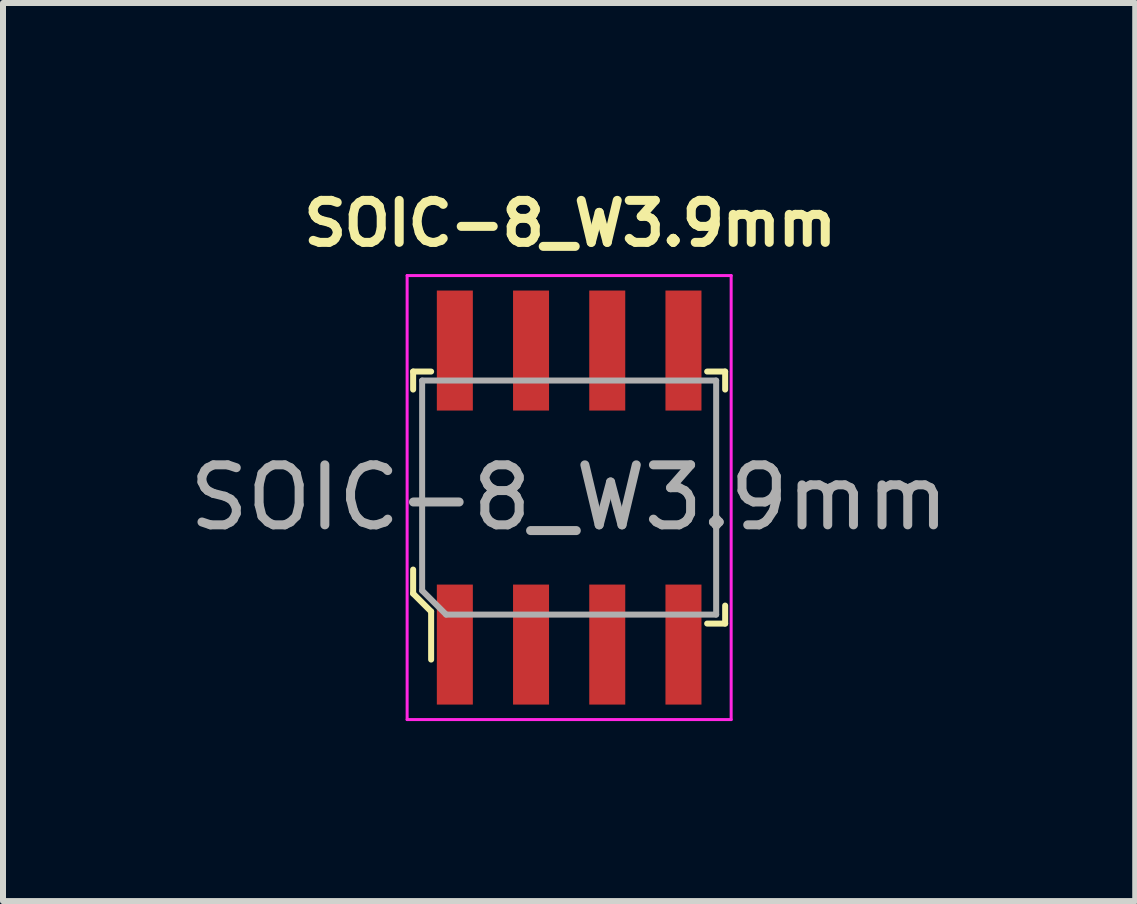
<source format=kicad_pcb>
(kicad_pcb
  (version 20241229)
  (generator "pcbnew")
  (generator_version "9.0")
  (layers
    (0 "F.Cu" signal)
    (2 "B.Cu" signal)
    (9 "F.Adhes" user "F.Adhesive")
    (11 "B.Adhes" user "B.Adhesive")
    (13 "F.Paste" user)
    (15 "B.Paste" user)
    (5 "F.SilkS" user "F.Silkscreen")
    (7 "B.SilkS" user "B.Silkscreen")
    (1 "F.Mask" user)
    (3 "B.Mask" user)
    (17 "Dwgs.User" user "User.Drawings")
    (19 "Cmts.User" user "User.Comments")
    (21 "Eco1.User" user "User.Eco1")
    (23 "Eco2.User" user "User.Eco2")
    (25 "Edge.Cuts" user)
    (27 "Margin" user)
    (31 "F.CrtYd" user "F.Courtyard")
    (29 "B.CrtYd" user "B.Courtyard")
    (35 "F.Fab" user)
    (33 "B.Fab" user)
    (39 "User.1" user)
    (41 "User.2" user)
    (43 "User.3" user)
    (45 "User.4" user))
  (footprint "SOIC-8_W3.9mm"
    (layer "F.Cu")
    (at 6.435 5.242)
    (property "Reference" "SOIC-8_W3.9mm" (at 0.018 -4.569 0) (layer "F.SilkS") (effects (font (size 0.7 0.7) (thickness 0.15))))
    (attr smd)
    (fp_line (start -2.6 -2.1) (end -2.6 -1.8) (stroke (width 0.1) (type solid)) (layer "F.SilkS"))
    (fp_line (start -2.6 1.2) (end -2.6 1.6) (stroke (width 0.1) (type solid)) (layer "F.SilkS"))
    (fp_line (start -2.6 1.6) (end -2.3 1.9) (stroke (width 0.1) (type solid)) (layer "F.SilkS"))
    (fp_line (start -2.3 -2.1) (end -2.6 -2.1) (stroke (width 0.1) (type solid)) (layer "F.SilkS"))
    (fp_line (start -2.3 1.9) (end -2.3 2.7) (stroke (width 0.1) (type solid)) (layer "F.SilkS"))
    (fp_line (start 2.3 -2.1) (end 2.6 -2.1) (stroke (width 0.1) (type solid)) (layer "F.SilkS"))
    (fp_line (start 2.3 2.1) (end 2.6 2.1) (stroke (width 0.1) (type solid)) (layer "F.SilkS"))
    (fp_line (start 2.6 -2.1) (end 2.6 -1.8) (stroke (width 0.1) (type solid)) (layer "F.SilkS"))
    (fp_line (start 2.6 2.1) (end 2.6 1.8) (stroke (width 0.1) (type solid)) (layer "F.SilkS"))
    (fp_line (start -2.7 -3.7) (end -2.7 3.7) (stroke (width 0.05) (type solid)) (layer "F.CrtYd"))
    (fp_line (start -2.7 -3.7) (end 2.7 -3.7) (stroke (width 0.05) (type solid)) (layer "F.CrtYd"))
    (fp_line (start -2.7 3.7) (end 2.7 3.7) (stroke (width 0.05) (type solid)) (layer "F.CrtYd"))
    (fp_line (start 2.7 -3.7) (end 2.7 3.7) (stroke (width 0.05) (type solid)) (layer "F.CrtYd"))
    (fp_line (start -2.45 -1.95) (end 2.45 -1.95) (stroke (width 0.1) (type solid)) (layer "F.Fab"))
    (fp_line (start -2.45 1.55) (end -2.45 -1.95) (stroke (width 0.1) (type solid)) (layer "F.Fab"))
    (fp_line (start -2.45 1.55) (end -2.05 1.95) (stroke (width 0.1) (type solid)) (layer "F.Fab"))
    (fp_line (start -2.05 1.95) (end 2.45 1.95) (stroke (width 0.1) (type solid)) (layer "F.Fab"))
    (fp_line (start 2.45 -1.95) (end 2.45 1.95) (stroke (width 0.1) (type solid)) (layer "F.Fab"))
    (fp_text user "${REFERENCE}" (at 0 0 0) (layer "F.Fab") (effects (font (size 1 1) (thickness 0.15))))
    (pad "1" smd rect (at -1.905 2.45) (size 0.6 2) (layers "F.Cu" "F.Mask" "F.Paste"))
    (pad "2" smd rect (at -0.635 2.45) (size 0.6 2) (layers "F.Cu" "F.Mask" "F.Paste"))
    (pad "3" smd rect (at 0.635 2.45) (size 0.6 2) (layers "F.Cu" "F.Mask" "F.Paste"))
    (pad "4" smd rect (at 1.905 2.45) (size 0.6 2) (layers "F.Cu" "F.Mask" "F.Paste"))
    (pad "5" smd rect (at 1.905 -2.45) (size 0.6 2) (layers "F.Cu" "F.Mask" "F.Paste"))
    (pad "6" smd rect (at 0.635 -2.45) (size 0.6 2) (layers "F.Cu" "F.Mask" "F.Paste"))
    (pad "7" smd rect (at -0.635 -2.45) (size 0.6 2) (layers "F.Cu" "F.Mask" "F.Paste"))
    (pad "8" smd rect (at -1.905 -2.45) (size 0.6 2) (layers "F.Cu" "F.Mask" "F.Paste")))
  (gr_rect
    (start -3 -3)
    (end 15.869 11.967)
    (stroke (width 0.1) (type default))
    (fill no)
    (layer "Edge.Cuts")))
</source>
